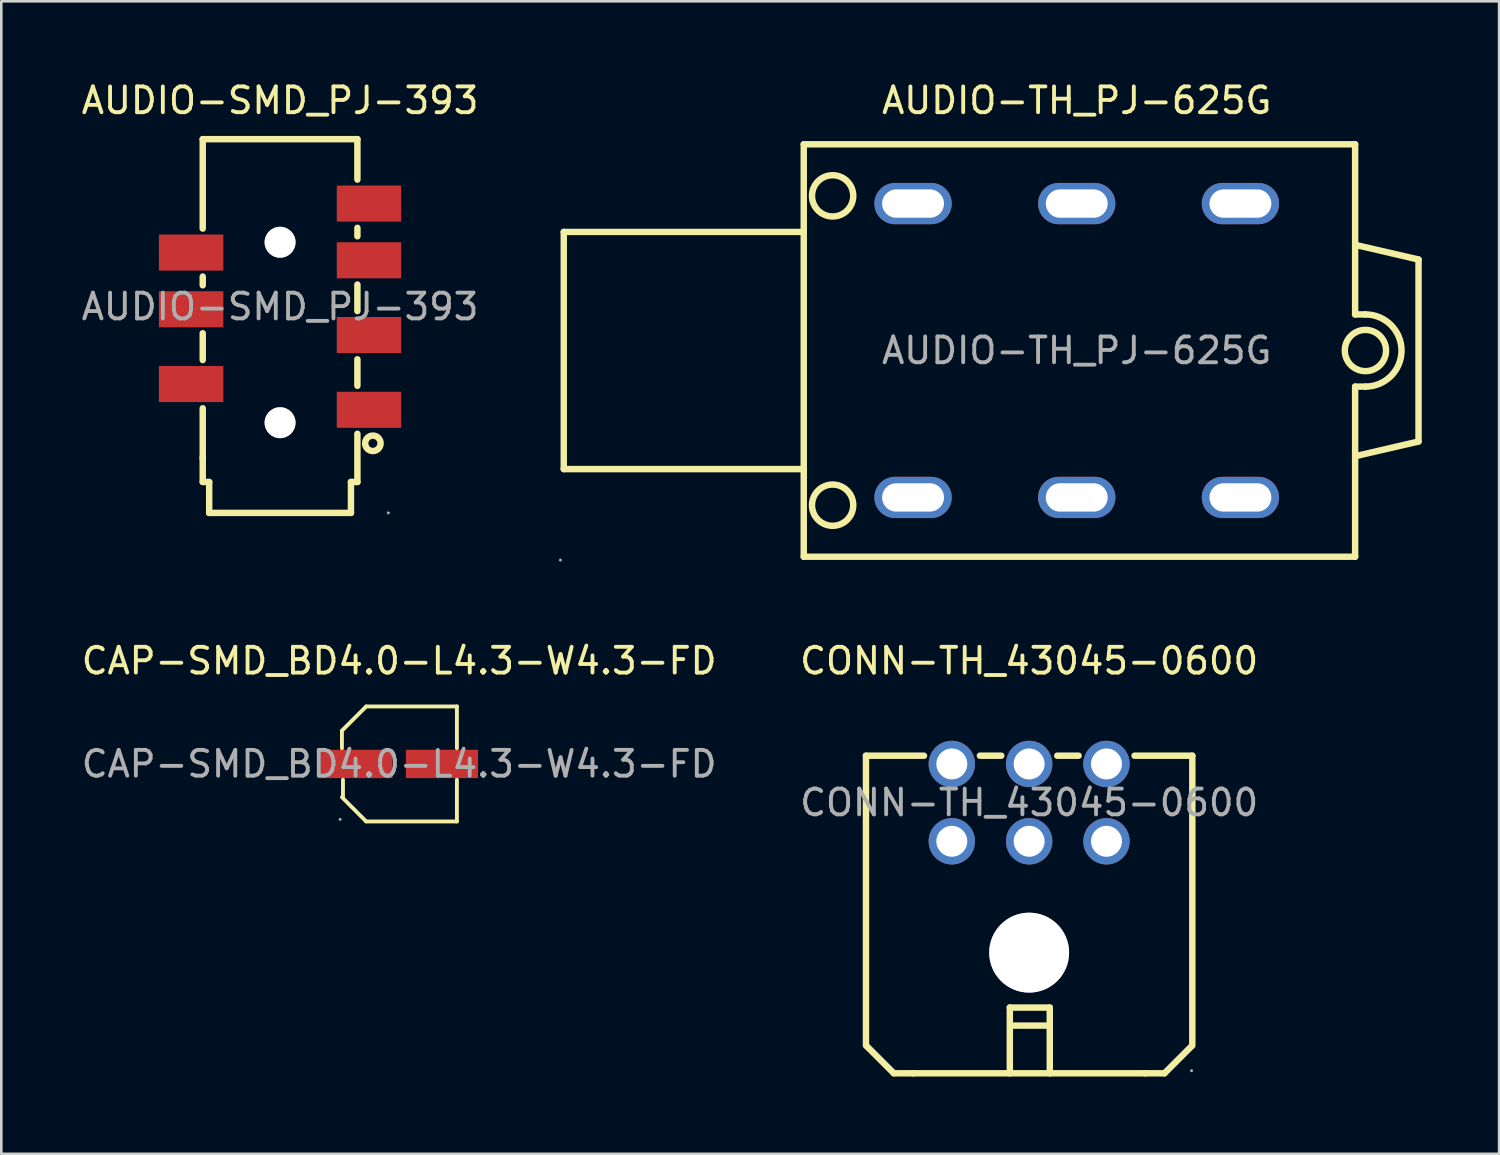
<source format=kicad_pcb>
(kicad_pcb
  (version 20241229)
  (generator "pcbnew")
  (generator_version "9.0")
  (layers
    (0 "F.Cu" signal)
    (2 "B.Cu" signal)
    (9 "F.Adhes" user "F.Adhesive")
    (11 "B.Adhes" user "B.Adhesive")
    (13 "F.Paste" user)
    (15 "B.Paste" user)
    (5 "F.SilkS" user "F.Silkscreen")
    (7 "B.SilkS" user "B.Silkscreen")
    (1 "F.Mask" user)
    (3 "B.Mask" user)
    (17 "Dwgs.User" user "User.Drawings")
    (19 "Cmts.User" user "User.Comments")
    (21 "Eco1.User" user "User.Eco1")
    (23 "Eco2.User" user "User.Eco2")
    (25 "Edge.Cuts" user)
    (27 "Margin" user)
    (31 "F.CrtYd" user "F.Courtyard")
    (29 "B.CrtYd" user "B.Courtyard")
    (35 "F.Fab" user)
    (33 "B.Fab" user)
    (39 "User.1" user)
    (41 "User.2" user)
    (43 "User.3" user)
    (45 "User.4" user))
  (footprint "AUDIO-TH_PJ-625G"
    (layer "F.Cu")
    (at 38.721 10.548)
    (property "Reference" "AUDIO-TH_PJ-625G" (at 0 -9.7 0) (layer "F.SilkS") (effects (font (size 1 1) (thickness 0.15))))
    (attr through_hole)
    (fp_line (start -19.9 -4.6) (end -19.9 4.6) (stroke (width 0.25) (type solid)) (layer "F.SilkS"))
    (fp_line (start -19.9 -4.6) (end -10.59 -4.6) (stroke (width 0.25) (type solid)) (layer "F.SilkS"))
    (fp_line (start -19.9 4.6) (end -10.59 4.6) (stroke (width 0.25) (type solid)) (layer "F.SilkS"))
    (fp_line (start -10.59 -8) (end -10.59 8) (stroke (width 0.25) (type solid)) (layer "F.SilkS"))
    (fp_line (start -10.59 8) (end 10.8 8) (stroke (width 0.25) (type solid)) (layer "F.SilkS"))
    (fp_line (start 10.8 -8) (end -10.59 -8) (stroke (width 0.25) (type solid)) (layer "F.SilkS"))
    (fp_line (start 10.8 -4.1) (end 13.26 -3.53) (stroke (width 0.25) (type solid)) (layer "F.SilkS"))
    (fp_line (start 10.8 -1.4) (end 10.8 -8) (stroke (width 0.25) (type solid)) (layer "F.SilkS"))
    (fp_line (start 10.8 -1.4) (end 11.2 -1.4) (stroke (width 0.25) (type solid)) (layer "F.SilkS"))
    (fp_line (start 10.8 1.4) (end 11.2 1.4) (stroke (width 0.25) (type solid)) (layer "F.SilkS"))
    (fp_line (start 10.8 4.1) (end 13.26 3.53) (stroke (width 0.25) (type solid)) (layer "F.SilkS"))
    (fp_line (start 10.8 8) (end 10.8 1.4) (stroke (width 0.25) (type solid)) (layer "F.SilkS"))
    (fp_line (start 13.26 -3.53) (end 13.26 3.53) (stroke (width 0.25) (type solid)) (layer "F.SilkS"))
    (fp_arc (start 11.2 -1.4) (mid 12.6 0) (end 11.2 1.4) (stroke (width 0.25) (type solid)) (layer "F.SilkS"))
    (fp_circle (center -9.47 -6) (end -8.67 -6) (stroke (width 0.25) (type solid)) (fill no) (layer "F.SilkS"))
    (fp_circle (center -9.47 6) (end -8.67 6) (stroke (width 0.25) (type solid)) (fill no) (layer "F.SilkS"))
    (fp_circle (center 11.2 0) (end 12 0) (stroke (width 0.25) (type solid)) (fill no) (layer "F.SilkS"))
    (fp_circle (center -20.03 8.13) (end -20 8.13) (stroke (width 0.06) (type solid)) (fill no) (layer "F.Fab"))
    (fp_text user "${REFERENCE}" (at 0 0 0) (layer "F.Fab") (effects (font (size 1 1) (thickness 0.15))))
    (pad "2" thru_hole oval (at -6.35 5.7 90) (size 1.6 3) (drill oval 1.1 2.4) (layers "*.Cu" "*.Mask"))
    (pad "3" thru_hole oval (at -6.35 -5.7 90) (size 1.6 3) (drill oval 1.1 2.4) (layers "*.Cu" "*.Mask"))
    (pad "4" thru_hole oval (at 0 5.7 90) (size 1.6 3) (drill oval 1.1 2.4) (layers "*.Cu" "*.Mask"))
    (pad "5" thru_hole oval (at 0 -5.7 90) (size 1.6 3) (drill oval 1.1 2.4) (layers "*.Cu" "*.Mask"))
    (pad "6" thru_hole oval (at 6.35 5.7 90) (size 1.6 3) (drill oval 1.1 2.4) (layers "*.Cu" "*.Mask"))
    (pad "7" thru_hole oval (at 6.35 -5.7 90) (size 1.6 3) (drill oval 1.1 2.4) (layers "*.Cu" "*.Mask")))
  (footprint "AUDIO-SMD_PJ-393"
    (layer "F.Cu")
    (at 7.815 8.848)
    (property "Reference" "AUDIO-SMD_PJ-393" (at 0 -8 0) (layer "F.SilkS") (effects (font (size 1 1) (thickness 0.15))))
    (attr smd)
    (fp_line (start -3 -6.5) (end -3 -3.03) (stroke (width 0.25) (type solid)) (layer "F.SilkS"))
    (fp_line (start -3 -1.17) (end -3 -0.83) (stroke (width 0.25) (type solid)) (layer "F.SilkS"))
    (fp_line (start -3 1.03) (end -3 2.07) (stroke (width 0.25) (type solid)) (layer "F.SilkS"))
    (fp_line (start -3 3.94) (end -3 5.9) (stroke (width 0.25) (type solid)) (layer "F.SilkS"))
    (fp_line (start -3 5.85) (end -3 6.8) (stroke (width 0.25) (type solid)) (layer "F.SilkS"))
    (fp_line (start -3 6.8) (end -2.75 6.8) (stroke (width 0.25) (type solid)) (layer "F.SilkS"))
    (fp_line (start -2.75 6.8) (end -2.75 8) (stroke (width 0.25) (type solid)) (layer "F.SilkS"))
    (fp_line (start -2.75 8) (end 2.75 8) (stroke (width 0.25) (type solid)) (layer "F.SilkS"))
    (fp_line (start 2.75 6.8) (end 3 6.8) (stroke (width 0.25) (type solid)) (layer "F.SilkS"))
    (fp_line (start 2.75 8) (end 2.75 6.8) (stroke (width 0.25) (type solid)) (layer "F.SilkS"))
    (fp_line (start 3 -6.5) (end -3 -6.5) (stroke (width 0.25) (type solid)) (layer "F.SilkS"))
    (fp_line (start 3 -4.93) (end 3 -6.5) (stroke (width 0.25) (type solid)) (layer "F.SilkS"))
    (fp_line (start 3 -2.73) (end 3 -3.06) (stroke (width 0.25) (type solid)) (layer "F.SilkS"))
    (fp_line (start 3 0.17) (end 3 -0.86) (stroke (width 0.25) (type solid)) (layer "F.SilkS"))
    (fp_line (start 3 3.07) (end 3 2.04) (stroke (width 0.25) (type solid)) (layer "F.SilkS"))
    (fp_line (start 3 6.8) (end 3 4.93) (stroke (width 0.25) (type solid)) (layer "F.SilkS"))
    (fp_circle (center 3.6 5.3) (end 3.9 5.3) (stroke (width 0.25) (type solid)) (fill no) (layer "F.SilkS"))
    (fp_circle (center 0 -2.5) (end 0.25 -2.5) (stroke (width 0.5) (type solid)) (fill no) (layer "Cmts.User"))
    (fp_circle (center 0 4.5) (end 0.25 4.5) (stroke (width 0.5) (type solid)) (fill no) (layer "Cmts.User"))
    (fp_circle (center 4.2 8) (end 4.23 8) (stroke (width 0.06) (type solid)) (fill no) (layer "F.Fab"))
    (fp_text user "${REFERENCE}" (at 0 0 0) (layer "F.Fab") (effects (font (size 1 1) (thickness 0.15))))
    (pad "" thru_hole circle (at 0 -2.5) (size 1.2 1.2) (drill 1.2) (layers "*.Cu" "*.Mask"))
    (pad "" thru_hole circle (at 0 4.5) (size 1.2 1.2) (drill 1.2) (layers "*.Cu" "*.Mask"))
    (pad "1" smd rect (at 3.45 4) (size 2.5 1.4) (layers "F.Cu" "F.Mask" "F.Paste"))
    (pad "2" smd rect (at 3.45 1.1) (size 2.5 1.4) (layers "F.Cu" "F.Mask" "F.Paste"))
    (pad "3" smd rect (at 3.45 -1.8) (size 2.5 1.4) (layers "F.Cu" "F.Mask" "F.Paste"))
    (pad "4" smd rect (at -3.45 -2.1) (size 2.5 1.4) (layers "F.Cu" "F.Mask" "F.Paste"))
    (pad "6" smd rect (at -3.45 3) (size 2.5 1.4) (layers "F.Cu" "F.Mask" "F.Paste"))
    (pad "7" smd rect (at -3.45 0.1) (size 2.5 1.4) (layers "F.Cu" "F.Mask" "F.Paste"))
    (pad "8" smd rect (at 3.45 -4) (size 2.5 1.4) (layers "F.Cu" "F.Mask" "F.Paste")))
  (footprint "CAP-SMD_BD4.0-L4.3-W4.3-FD"
    (layer "F.Cu")
    (at 12.435 26.587)
    (property "Reference" "CAP-SMD_BD4.0-L4.3-W4.3-FD" (at 0 -4 0) (layer "F.SilkS") (effects (font (size 1 1) (thickness 0.15))))
    (attr smd)
    (fp_line (start -2.22 -1.29) (end -2.22 -0.61) (stroke (width 0.15) (type solid)) (layer "F.SilkS"))
    (fp_line (start -2.18 1.29) (end -2.18 0.61) (stroke (width 0.15) (type solid)) (layer "F.SilkS"))
    (fp_line (start -1.28 -2.23) (end -2.22 -1.29) (stroke (width 0.15) (type solid)) (layer "F.SilkS"))
    (fp_line (start -1.28 2.23) (end -2.22 1.29) (stroke (width 0.15) (type solid)) (layer "F.SilkS"))
    (fp_line (start 2.24 -2.23) (end -1.28 -2.23) (stroke (width 0.15) (type solid)) (layer "F.SilkS"))
    (fp_line (start 2.24 -0.61) (end 2.24 -2.23) (stroke (width 0.15) (type solid)) (layer "F.SilkS"))
    (fp_line (start 2.24 0.61) (end 2.24 2.23) (stroke (width 0.15) (type solid)) (layer "F.SilkS"))
    (fp_line (start 2.24 2.23) (end -1.28 2.23) (stroke (width 0.15) (type solid)) (layer "F.SilkS"))
    (fp_circle (center -2.29 2.15) (end -2.26 2.15) (stroke (width 0.06) (type solid)) (fill no) (layer "F.Fab"))
    (fp_text user "${REFERENCE}" (at 0 0 0) (layer "F.Fab") (effects (font (size 1 1) (thickness 0.15))))
    (pad "1" smd rect (at -1.66 0) (size 2.8 1.1) (layers "F.Cu" "F.Mask" "F.Paste"))
    (pad "2" smd rect (at 1.66 0) (size 2.8 1.1) (layers "F.Cu" "F.Mask" "F.Paste")))
  (footprint "CONN-TH_43045-0600"
    (layer "F.Cu")
    (at 36.875 28.087)
    (property "Reference" "CONN-TH_43045-0600" (at 0 -5.5 0) (layer "F.SilkS") (effects (font (size 1 1) (thickness 0.15))))
    (attr through_hole)
    (fp_line (start -6.33 -1.82) (end -4.08 -1.82) (stroke (width 0.25) (type solid)) (layer "F.SilkS"))
    (fp_line (start -6.33 9.42) (end -6.33 -1.82) (stroke (width 0.25) (type solid)) (layer "F.SilkS"))
    (fp_line (start -6.3 9.45) (end -5.25 10.5) (stroke (width 0.25) (type solid)) (layer "F.SilkS"))
    (fp_line (start -5.25 10.5) (end -4.5 10.5) (stroke (width 0.25) (type solid)) (layer "F.SilkS"))
    (fp_line (start -4.5 10.5) (end 4.5 10.5) (stroke (width 0.25) (type solid)) (layer "F.SilkS"))
    (fp_line (start -1.91 -1.82) (end -1.08 -1.82) (stroke (width 0.25) (type solid)) (layer "F.SilkS"))
    (fp_line (start -0.75 7.95) (end -0.75 10.5) (stroke (width 0.25) (type solid)) (layer "F.SilkS"))
    (fp_line (start -0.75 7.95) (end 0.8 7.95) (stroke (width 0.25) (type solid)) (layer "F.SilkS"))
    (fp_line (start -0.7 8.65) (end 0.75 8.65) (stroke (width 0.25) (type solid)) (layer "F.SilkS"))
    (fp_line (start 0.8 7.95) (end 0.8 10.5) (stroke (width 0.25) (type solid)) (layer "F.SilkS"))
    (fp_line (start 1.09 -1.82) (end 1.92 -1.82) (stroke (width 0.25) (type solid)) (layer "F.SilkS"))
    (fp_line (start 4.09 -1.82) (end 6.33 -1.82) (stroke (width 0.25) (type solid)) (layer "F.SilkS"))
    (fp_line (start 5.25 10.5) (end 4.5 10.5) (stroke (width 0.25) (type solid)) (layer "F.SilkS"))
    (fp_line (start 6.3 9.45) (end 5.25 10.5) (stroke (width 0.25) (type solid)) (layer "F.SilkS"))
    (fp_line (start 6.33 9.42) (end 6.33 -1.82) (stroke (width 0.25) (type solid)) (layer "F.SilkS"))
    (fp_circle (center 0 5.82) (end 0.7 5.82) (stroke (width 1.4) (type solid)) (fill no) (layer "Cmts.User"))
    (fp_circle (center 6.3 10.4) (end 6.33 10.4) (stroke (width 0.06) (type solid)) (fill no) (layer "F.Fab"))
    (fp_text user "${REFERENCE}" (at 0 0 0) (layer "F.Fab") (effects (font (size 1 1) (thickness 0.15))))
    (pad "" thru_hole circle (at 0 5.82) (size 3.1 3.1) (drill 3.1) (layers "*.Cu" "*.Mask"))
    (pad "1" thru_hole circle (at 3 1.5) (size 1.8 1.8) (drill 1.2) (layers "*.Cu" "*.Mask"))
    (pad "2" thru_hole circle (at 0 1.5) (size 1.8 1.8) (drill 1.2) (layers "*.Cu" "*.Mask"))
    (pad "3" thru_hole circle (at -3 1.5) (size 1.8 1.8) (drill 1.2) (layers "*.Cu" "*.Mask"))
    (pad "4" thru_hole circle (at 3 -1.5) (size 1.8 1.8) (drill 1.2) (layers "*.Cu" "*.Mask"))
    (pad "5" thru_hole circle (at 0 -1.5) (size 1.8 1.8) (drill 1.2) (layers "*.Cu" "*.Mask"))
    (pad "6" thru_hole circle (at -3 -1.5) (size 1.8 1.8) (drill 1.2) (layers "*.Cu" "*.Mask")))
  (gr_rect
    (start -3 -3)
    (end 55.106 41.712)
    (stroke (width 0.1) (type default))
    (fill no)
    (layer "Edge.Cuts")))
</source>
